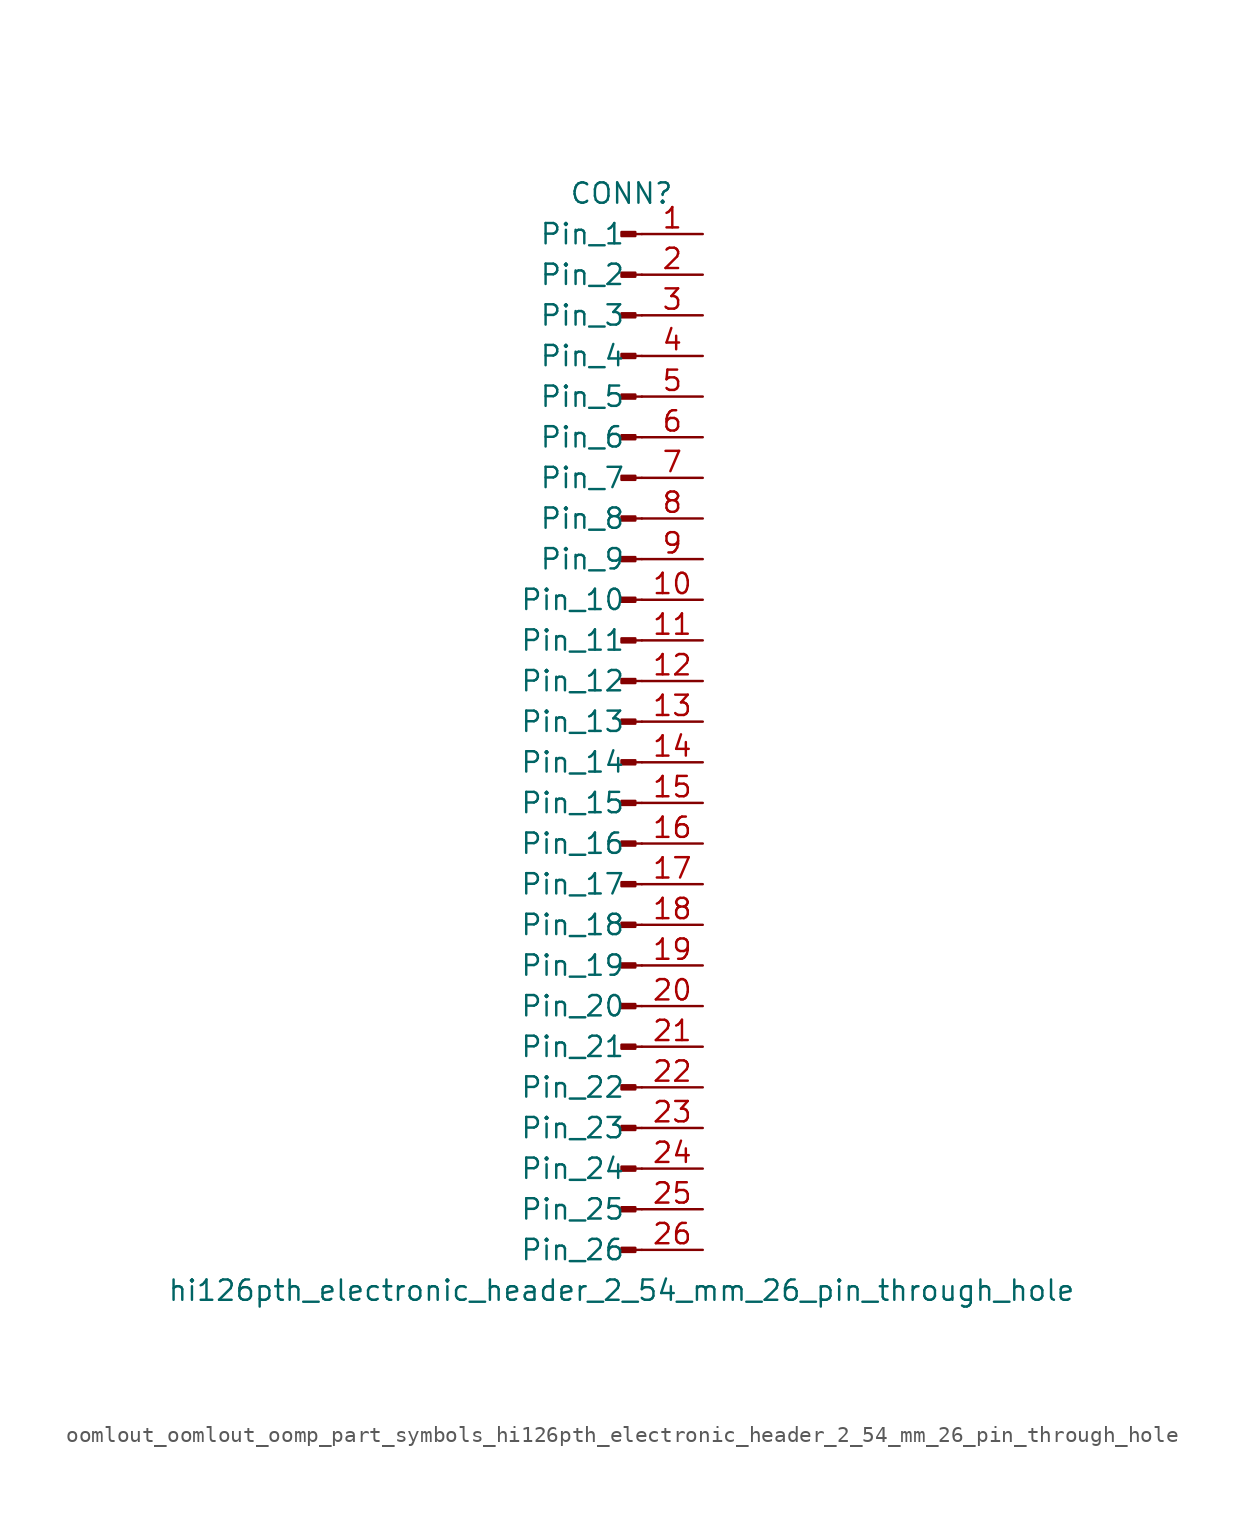
<source format=kicad_sym>
(kicad_symbol_lib
  (version 20220914)
  (generator kicad_symbol_editor)
  (symbol "oomlout_oomlout_oomp_part_symbols_hi126pth_electronic_header_2_54_mm_26_pin_through_hole"
    (pin_names
      (offset 1.016))
    (property "Reference" "CONN"
      (at 0 33.02 0)
      (effects (font (size 1.27 1.27))))
    (property "Value" "hi126pth_electronic_header_2_54_mm_26_pin_through_hole"
      (at 0 -35.56 0)
      (effects (font (size 1.27 1.27))))
    (property "ki_locked" ""
      (at 0 0 0)
      (effects (font (size 1.27 1.27))))
    (symbol "oomlout_oomlout_oomp_part_symbols_hi126pth_electronic_header_2_54_mm_26_pin_through_hole_1_1"
      (polyline (pts (xy 1.27 -33.02) (xy 0.864 -33.02)) (stroke (width 0.152) (type default)) (fill (type none)))
      (polyline (pts (xy 1.27 -30.48) (xy 0.864 -30.48)) (stroke (width 0.152) (type default)) (fill (type none)))
      (polyline (pts (xy 1.27 -27.94) (xy 0.864 -27.94)) (stroke (width 0.152) (type default)) (fill (type none)))
      (polyline (pts (xy 1.27 -25.4) (xy 0.864 -25.4)) (stroke (width 0.152) (type default)) (fill (type none)))
      (polyline (pts (xy 1.27 -22.86) (xy 0.864 -22.86)) (stroke (width 0.152) (type default)) (fill (type none)))
      (polyline (pts (xy 1.27 -20.32) (xy 0.864 -20.32)) (stroke (width 0.152) (type default)) (fill (type none)))
      (polyline (pts (xy 1.27 -17.78) (xy 0.864 -17.78)) (stroke (width 0.152) (type default)) (fill (type none)))
      (polyline (pts (xy 1.27 -15.24) (xy 0.864 -15.24)) (stroke (width 0.152) (type default)) (fill (type none)))
      (polyline (pts (xy 1.27 -12.7) (xy 0.864 -12.7)) (stroke (width 0.152) (type default)) (fill (type none)))
      (polyline (pts (xy 1.27 -10.16) (xy 0.864 -10.16)) (stroke (width 0.152) (type default)) (fill (type none)))
      (polyline (pts (xy 1.27 -7.62) (xy 0.864 -7.62)) (stroke (width 0.152) (type default)) (fill (type none)))
      (polyline (pts (xy 1.27 -5.08) (xy 0.864 -5.08)) (stroke (width 0.152) (type default)) (fill (type none)))
      (polyline (pts (xy 1.27 -2.54) (xy 0.864 -2.54)) (stroke (width 0.152) (type default)) (fill (type none)))
      (polyline (pts (xy 1.27 0) (xy 0.864 0)) (stroke (width 0.152) (type default)) (fill (type none)))
      (polyline (pts (xy 1.27 2.54) (xy 0.864 2.54)) (stroke (width 0.152) (type default)) (fill (type none)))
      (polyline (pts (xy 1.27 5.08) (xy 0.864 5.08)) (stroke (width 0.152) (type default)) (fill (type none)))
      (polyline (pts (xy 1.27 7.62) (xy 0.864 7.62)) (stroke (width 0.152) (type default)) (fill (type none)))
      (polyline (pts (xy 1.27 10.16) (xy 0.864 10.16)) (stroke (width 0.152) (type default)) (fill (type none)))
      (polyline (pts (xy 1.27 12.7) (xy 0.864 12.7)) (stroke (width 0.152) (type default)) (fill (type none)))
      (polyline (pts (xy 1.27 15.24) (xy 0.864 15.24)) (stroke (width 0.152) (type default)) (fill (type none)))
      (polyline (pts (xy 1.27 17.78) (xy 0.864 17.78)) (stroke (width 0.152) (type default)) (fill (type none)))
      (polyline (pts (xy 1.27 20.32) (xy 0.864 20.32)) (stroke (width 0.152) (type default)) (fill (type none)))
      (polyline (pts (xy 1.27 22.86) (xy 0.864 22.86)) (stroke (width 0.152) (type default)) (fill (type none)))
      (polyline (pts (xy 1.27 25.4) (xy 0.864 25.4)) (stroke (width 0.152) (type default)) (fill (type none)))
      (polyline (pts (xy 1.27 27.94) (xy 0.864 27.94)) (stroke (width 0.152) (type default)) (fill (type none)))
      (polyline (pts (xy 1.27 30.48) (xy 0.864 30.48)) (stroke (width 0.152) (type default)) (fill (type none)))
      (rectangle (start 0.864 -32.893) (end 0 -33.147) (stroke (width 0.152) (type default)) (fill (type outline)))
      (rectangle (start 0.864 -30.353) (end 0 -30.607) (stroke (width 0.152) (type default)) (fill (type outline)))
      (rectangle (start 0.864 -27.813) (end 0 -28.067) (stroke (width 0.152) (type default)) (fill (type outline)))
      (rectangle (start 0.864 -25.273) (end 0 -25.527) (stroke (width 0.152) (type default)) (fill (type outline)))
      (rectangle (start 0.864 -22.733) (end 0 -22.987) (stroke (width 0.152) (type default)) (fill (type outline)))
      (rectangle (start 0.864 -20.193) (end 0 -20.447) (stroke (width 0.152) (type default)) (fill (type outline)))
      (rectangle (start 0.864 -17.653) (end 0 -17.907) (stroke (width 0.152) (type default)) (fill (type outline)))
      (rectangle (start 0.864 -15.113) (end 0 -15.367) (stroke (width 0.152) (type default)) (fill (type outline)))
      (rectangle (start 0.864 -12.573) (end 0 -12.827) (stroke (width 0.152) (type default)) (fill (type outline)))
      (rectangle (start 0.864 -10.033) (end 0 -10.287) (stroke (width 0.152) (type default)) (fill (type outline)))
      (rectangle (start 0.864 -7.493) (end 0 -7.747) (stroke (width 0.152) (type default)) (fill (type outline)))
      (rectangle (start 0.864 -4.953) (end 0 -5.207) (stroke (width 0.152) (type default)) (fill (type outline)))
      (rectangle (start 0.864 -2.413) (end 0 -2.667) (stroke (width 0.152) (type default)) (fill (type outline)))
      (rectangle (start 0.864 0.127) (end 0 -0.127) (stroke (width 0.152) (type default)) (fill (type outline)))
      (rectangle (start 0.864 2.667) (end 0 2.413) (stroke (width 0.152) (type default)) (fill (type outline)))
      (rectangle (start 0.864 5.207) (end 0 4.953) (stroke (width 0.152) (type default)) (fill (type outline)))
      (rectangle (start 0.864 7.747) (end 0 7.493) (stroke (width 0.152) (type default)) (fill (type outline)))
      (rectangle (start 0.864 10.287) (end 0 10.033) (stroke (width 0.152) (type default)) (fill (type outline)))
      (rectangle (start 0.864 12.827) (end 0 12.573) (stroke (width 0.152) (type default)) (fill (type outline)))
      (rectangle (start 0.864 15.367) (end 0 15.113) (stroke (width 0.152) (type default)) (fill (type outline)))
      (rectangle (start 0.864 17.907) (end 0 17.653) (stroke (width 0.152) (type default)) (fill (type outline)))
      (rectangle (start 0.864 20.447) (end 0 20.193) (stroke (width 0.152) (type default)) (fill (type outline)))
      (rectangle (start 0.864 22.987) (end 0 22.733) (stroke (width 0.152) (type default)) (fill (type outline)))
      (rectangle (start 0.864 25.527) (end 0 25.273) (stroke (width 0.152) (type default)) (fill (type outline)))
      (rectangle (start 0.864 28.067) (end 0 27.813) (stroke (width 0.152) (type default)) (fill (type outline)))
      (rectangle (start 0.864 30.607) (end 0 30.353) (stroke (width 0.152) (type default)) (fill (type outline)))
      (pin passive line (at 5.08 30.48 180) (length 3.81) (name "Pin_1" (effects (font (size 1.27 1.27)))) (number "1" (effects (font (size 1.27 1.27)))))
      (pin passive line (at 5.08 7.62 180) (length 3.81) (name "Pin_10" (effects (font (size 1.27 1.27)))) (number "10" (effects (font (size 1.27 1.27)))))
      (pin passive line (at 5.08 5.08 180) (length 3.81) (name "Pin_11" (effects (font (size 1.27 1.27)))) (number "11" (effects (font (size 1.27 1.27)))))
      (pin passive line (at 5.08 2.54 180) (length 3.81) (name "Pin_12" (effects (font (size 1.27 1.27)))) (number "12" (effects (font (size 1.27 1.27)))))
      (pin passive line (at 5.08 0 180) (length 3.81) (name "Pin_13" (effects (font (size 1.27 1.27)))) (number "13" (effects (font (size 1.27 1.27)))))
      (pin passive line (at 5.08 -2.54 180) (length 3.81) (name "Pin_14" (effects (font (size 1.27 1.27)))) (number "14" (effects (font (size 1.27 1.27)))))
      (pin passive line (at 5.08 -5.08 180) (length 3.81) (name "Pin_15" (effects (font (size 1.27 1.27)))) (number "15" (effects (font (size 1.27 1.27)))))
      (pin passive line (at 5.08 -7.62 180) (length 3.81) (name "Pin_16" (effects (font (size 1.27 1.27)))) (number "16" (effects (font (size 1.27 1.27)))))
      (pin passive line (at 5.08 -10.16 180) (length 3.81) (name "Pin_17" (effects (font (size 1.27 1.27)))) (number "17" (effects (font (size 1.27 1.27)))))
      (pin passive line (at 5.08 -12.7 180) (length 3.81) (name "Pin_18" (effects (font (size 1.27 1.27)))) (number "18" (effects (font (size 1.27 1.27)))))
      (pin passive line (at 5.08 -15.24 180) (length 3.81) (name "Pin_19" (effects (font (size 1.27 1.27)))) (number "19" (effects (font (size 1.27 1.27)))))
      (pin passive line (at 5.08 27.94 180) (length 3.81) (name "Pin_2" (effects (font (size 1.27 1.27)))) (number "2" (effects (font (size 1.27 1.27)))))
      (pin passive line (at 5.08 -17.78 180) (length 3.81) (name "Pin_20" (effects (font (size 1.27 1.27)))) (number "20" (effects (font (size 1.27 1.27)))))
      (pin passive line (at 5.08 -20.32 180) (length 3.81) (name "Pin_21" (effects (font (size 1.27 1.27)))) (number "21" (effects (font (size 1.27 1.27)))))
      (pin passive line (at 5.08 -22.86 180) (length 3.81) (name "Pin_22" (effects (font (size 1.27 1.27)))) (number "22" (effects (font (size 1.27 1.27)))))
      (pin passive line (at 5.08 -25.4 180) (length 3.81) (name "Pin_23" (effects (font (size 1.27 1.27)))) (number "23" (effects (font (size 1.27 1.27)))))
      (pin passive line (at 5.08 -27.94 180) (length 3.81) (name "Pin_24" (effects (font (size 1.27 1.27)))) (number "24" (effects (font (size 1.27 1.27)))))
      (pin passive line (at 5.08 -30.48 180) (length 3.81) (name "Pin_25" (effects (font (size 1.27 1.27)))) (number "25" (effects (font (size 1.27 1.27)))))
      (pin passive line (at 5.08 -33.02 180) (length 3.81) (name "Pin_26" (effects (font (size 1.27 1.27)))) (number "26" (effects (font (size 1.27 1.27)))))
      (pin passive line (at 5.08 25.4 180) (length 3.81) (name "Pin_3" (effects (font (size 1.27 1.27)))) (number "3" (effects (font (size 1.27 1.27)))))
      (pin passive line (at 5.08 22.86 180) (length 3.81) (name "Pin_4" (effects (font (size 1.27 1.27)))) (number "4" (effects (font (size 1.27 1.27)))))
      (pin passive line (at 5.08 20.32 180) (length 3.81) (name "Pin_5" (effects (font (size 1.27 1.27)))) (number "5" (effects (font (size 1.27 1.27)))))
      (pin passive line (at 5.08 17.78 180) (length 3.81) (name "Pin_6" (effects (font (size 1.27 1.27)))) (number "6" (effects (font (size 1.27 1.27)))))
      (pin passive line (at 5.08 15.24 180) (length 3.81) (name "Pin_7" (effects (font (size 1.27 1.27)))) (number "7" (effects (font (size 1.27 1.27)))))
      (pin passive line (at 5.08 12.7 180) (length 3.81) (name "Pin_8" (effects (font (size 1.27 1.27)))) (number "8" (effects (font (size 1.27 1.27)))))
      (pin passive line (at 5.08 10.16 180) (length 3.81) (name "Pin_9" (effects (font (size 1.27 1.27)))) (number "9" (effects (font (size 1.27 1.27))))))))
</source>
